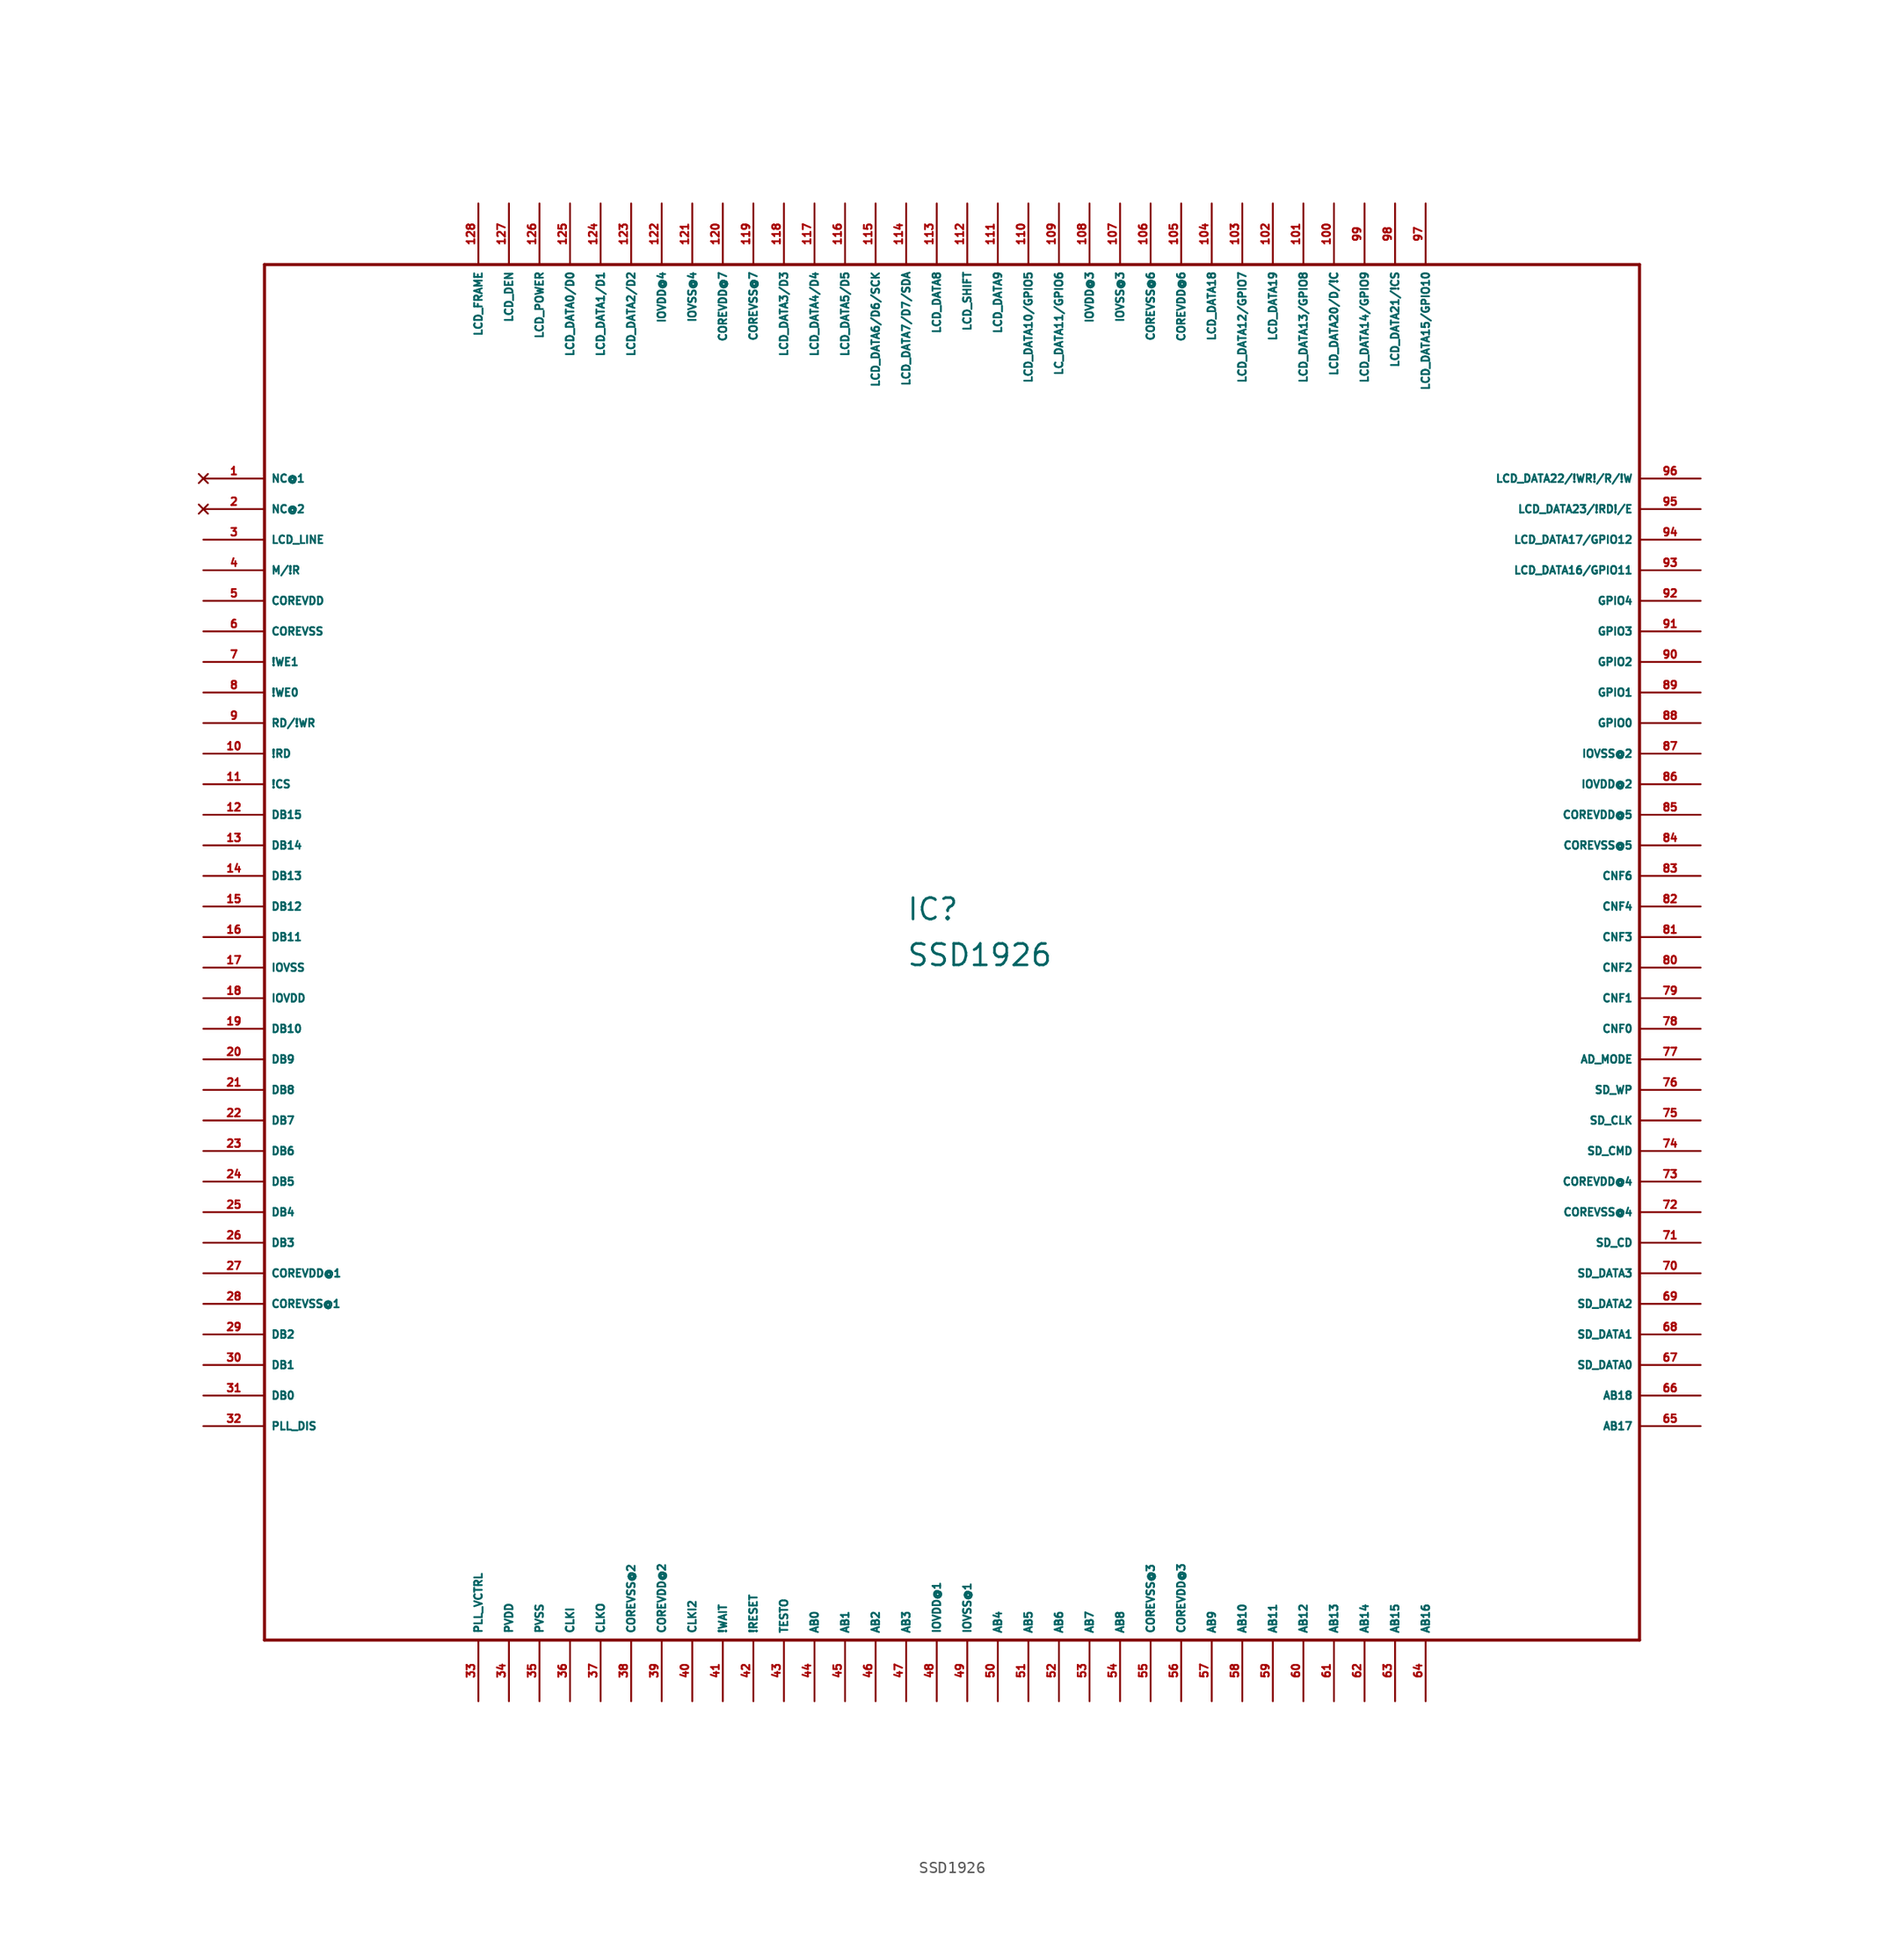
<source format=kicad_sym>
(kicad_symbol_lib
  (version 20220914)
  (generator Eagle2Kicad)
  (symbol "SSD1926"
    (property "Reference" "IC"
      (at -5.08 1.27 0)
      (effects (font (size 1.778 1.778) (thickness 0.22)) (justify left bottom)))
    (property "Value" "SSD1926"
      (at -5.08 -2.54 0)
      (effects (font (size 1.778 1.778) (thickness 0.22)) (justify left bottom)))
    (polyline
      (pts (xy -58.42 -58.42) (xy 55.88 -58.42))
      (stroke (width 0.254) (type default))
      (fill (type none)))
    (polyline
      (pts (xy 55.88 -58.42) (xy 55.88 55.88))
      (stroke (width 0.254) (type default))
      (fill (type none)))
    (polyline
      (pts (xy 55.88 55.88) (xy -58.42 55.88))
      (stroke (width 0.254) (type default))
      (fill (type none)))
    (polyline
      (pts (xy -58.42 55.88) (xy -58.42 -58.42))
      (stroke (width 0.254) (type default))
      (fill (type none)))
    (pin no_connect line
      (at -63.5 38.1 0)
      (length 5.08)
      (name "NC@1" (effects (font (size 0.635 0.635) (thickness 0.08)) (justify left bottom) hide))
      (number "1" (effects (font (size 0.635 0.635) (thickness 0.08)) (justify left bottom) hide)))
    (pin no_connect line
      (at -63.5 35.56 0)
      (length 5.08)
      (name "NC@2" (effects (font (size 0.635 0.635) (thickness 0.08)) (justify left bottom) hide))
      (number "2" (effects (font (size 0.635 0.635) (thickness 0.08)) (justify left bottom) hide)))
    (pin bidirectional line
      (at -63.5 33.02 0)
      (length 5.08)
      (name "LCD_LINE" (effects (font (size 0.635 0.635) (thickness 0.08)) (justify left bottom)))
      (number "3" (effects (font (size 0.635 0.635) (thickness 0.08)) (justify left bottom))))
    (pin bidirectional line
      (at -63.5 30.48 0)
      (length 5.08)
      (name "M/!R" (effects (font (size 0.635 0.635) (thickness 0.08)) (justify left bottom)))
      (number "4" (effects (font (size 0.635 0.635) (thickness 0.08)) (justify left bottom))))
    (pin unspecified line
      (at -63.5 27.94 0)
      (length 5.08)
      (name "COREVDD" (effects (font (size 0.635 0.635) (thickness 0.08)) (justify left bottom)))
      (number "5" (effects (font (size 0.635 0.635) (thickness 0.08)) (justify left bottom))))
    (pin unspecified line
      (at -63.5 25.4 0)
      (length 5.08)
      (name "COREVSS" (effects (font (size 0.635 0.635) (thickness 0.08)) (justify left bottom)))
      (number "6" (effects (font (size 0.635 0.635) (thickness 0.08)) (justify left bottom))))
    (pin bidirectional line
      (at -63.5 22.86 0)
      (length 5.08)
      (name "!WE1" (effects (font (size 0.635 0.635) (thickness 0.08)) (justify left bottom)))
      (number "7" (effects (font (size 0.635 0.635) (thickness 0.08)) (justify left bottom))))
    (pin bidirectional line
      (at -63.5 20.32 0)
      (length 5.08)
      (name "!WE0" (effects (font (size 0.635 0.635) (thickness 0.08)) (justify left bottom)))
      (number "8" (effects (font (size 0.635 0.635) (thickness 0.08)) (justify left bottom))))
    (pin bidirectional line
      (at -63.5 17.78 0)
      (length 5.08)
      (name "RD/!WR" (effects (font (size 0.635 0.635) (thickness 0.08)) (justify left bottom)))
      (number "9" (effects (font (size 0.635 0.635) (thickness 0.08)) (justify left bottom))))
    (pin bidirectional line
      (at -63.5 15.24 0)
      (length 5.08)
      (name "!RD" (effects (font (size 0.635 0.635) (thickness 0.08)) (justify left bottom)))
      (number "10" (effects (font (size 0.635 0.635) (thickness 0.08)) (justify left bottom))))
    (pin bidirectional line
      (at -63.5 12.7 0)
      (length 5.08)
      (name "!CS" (effects (font (size 0.635 0.635) (thickness 0.08)) (justify left bottom)))
      (number "11" (effects (font (size 0.635 0.635) (thickness 0.08)) (justify left bottom))))
    (pin bidirectional line
      (at -63.5 10.16 0)
      (length 5.08)
      (name "DB15" (effects (font (size 0.635 0.635) (thickness 0.08)) (justify left bottom)))
      (number "12" (effects (font (size 0.635 0.635) (thickness 0.08)) (justify left bottom))))
    (pin bidirectional line
      (at -63.5 7.62 0)
      (length 5.08)
      (name "DB14" (effects (font (size 0.635 0.635) (thickness 0.08)) (justify left bottom)))
      (number "13" (effects (font (size 0.635 0.635) (thickness 0.08)) (justify left bottom))))
    (pin bidirectional line
      (at -63.5 5.08 0)
      (length 5.08)
      (name "DB13" (effects (font (size 0.635 0.635) (thickness 0.08)) (justify left bottom)))
      (number "14" (effects (font (size 0.635 0.635) (thickness 0.08)) (justify left bottom))))
    (pin bidirectional line
      (at -63.5 2.54 0)
      (length 5.08)
      (name "DB12" (effects (font (size 0.635 0.635) (thickness 0.08)) (justify left bottom)))
      (number "15" (effects (font (size 0.635 0.635) (thickness 0.08)) (justify left bottom))))
    (pin bidirectional line
      (at -63.5 0 0)
      (length 5.08)
      (name "DB11" (effects (font (size 0.635 0.635) (thickness 0.08)) (justify left bottom)))
      (number "16" (effects (font (size 0.635 0.635) (thickness 0.08)) (justify left bottom))))
    (pin unspecified line
      (at -63.5 -2.54 0)
      (length 5.08)
      (name "IOVSS" (effects (font (size 0.635 0.635) (thickness 0.08)) (justify left bottom)))
      (number "17" (effects (font (size 0.635 0.635) (thickness 0.08)) (justify left bottom))))
    (pin unspecified line
      (at -63.5 -5.08 0)
      (length 5.08)
      (name "IOVDD" (effects (font (size 0.635 0.635) (thickness 0.08)) (justify left bottom)))
      (number "18" (effects (font (size 0.635 0.635) (thickness 0.08)) (justify left bottom))))
    (pin bidirectional line
      (at -63.5 -7.62 0)
      (length 5.08)
      (name "DB10" (effects (font (size 0.635 0.635) (thickness 0.08)) (justify left bottom)))
      (number "19" (effects (font (size 0.635 0.635) (thickness 0.08)) (justify left bottom))))
    (pin bidirectional line
      (at -63.5 -10.16 0)
      (length 5.08)
      (name "DB9" (effects (font (size 0.635 0.635) (thickness 0.08)) (justify left bottom)))
      (number "20" (effects (font (size 0.635 0.635) (thickness 0.08)) (justify left bottom))))
    (pin bidirectional line
      (at -63.5 -12.7 0)
      (length 5.08)
      (name "DB8" (effects (font (size 0.635 0.635) (thickness 0.08)) (justify left bottom)))
      (number "21" (effects (font (size 0.635 0.635) (thickness 0.08)) (justify left bottom))))
    (pin bidirectional line
      (at -63.5 -15.24 0)
      (length 5.08)
      (name "DB7" (effects (font (size 0.635 0.635) (thickness 0.08)) (justify left bottom)))
      (number "22" (effects (font (size 0.635 0.635) (thickness 0.08)) (justify left bottom))))
    (pin bidirectional line
      (at -63.5 -17.78 0)
      (length 5.08)
      (name "DB6" (effects (font (size 0.635 0.635) (thickness 0.08)) (justify left bottom)))
      (number "23" (effects (font (size 0.635 0.635) (thickness 0.08)) (justify left bottom))))
    (pin bidirectional line
      (at -63.5 -20.32 0)
      (length 5.08)
      (name "DB5" (effects (font (size 0.635 0.635) (thickness 0.08)) (justify left bottom)))
      (number "24" (effects (font (size 0.635 0.635) (thickness 0.08)) (justify left bottom))))
    (pin bidirectional line
      (at -63.5 -22.86 0)
      (length 5.08)
      (name "DB4" (effects (font (size 0.635 0.635) (thickness 0.08)) (justify left bottom)))
      (number "25" (effects (font (size 0.635 0.635) (thickness 0.08)) (justify left bottom))))
    (pin bidirectional line
      (at -63.5 -25.4 0)
      (length 5.08)
      (name "DB3" (effects (font (size 0.635 0.635) (thickness 0.08)) (justify left bottom)))
      (number "26" (effects (font (size 0.635 0.635) (thickness 0.08)) (justify left bottom))))
    (pin unspecified line
      (at -63.5 -27.94 0)
      (length 5.08)
      (name "COREVDD@1" (effects (font (size 0.635 0.635) (thickness 0.08)) (justify left bottom)))
      (number "27" (effects (font (size 0.635 0.635) (thickness 0.08)) (justify left bottom))))
    (pin unspecified line
      (at -63.5 -30.48 0)
      (length 5.08)
      (name "COREVSS@1" (effects (font (size 0.635 0.635) (thickness 0.08)) (justify left bottom)))
      (number "28" (effects (font (size 0.635 0.635) (thickness 0.08)) (justify left bottom))))
    (pin bidirectional line
      (at -63.5 -33.02 0)
      (length 5.08)
      (name "DB2" (effects (font (size 0.635 0.635) (thickness 0.08)) (justify left bottom)))
      (number "29" (effects (font (size 0.635 0.635) (thickness 0.08)) (justify left bottom))))
    (pin bidirectional line
      (at -63.5 -35.56 0)
      (length 5.08)
      (name "DB1" (effects (font (size 0.635 0.635) (thickness 0.08)) (justify left bottom)))
      (number "30" (effects (font (size 0.635 0.635) (thickness 0.08)) (justify left bottom))))
    (pin bidirectional line
      (at -63.5 -38.1 0)
      (length 5.08)
      (name "DB0" (effects (font (size 0.635 0.635) (thickness 0.08)) (justify left bottom)))
      (number "31" (effects (font (size 0.635 0.635) (thickness 0.08)) (justify left bottom))))
    (pin bidirectional line
      (at -63.5 -40.64 0)
      (length 5.08)
      (name "PLL_DIS" (effects (font (size 0.635 0.635) (thickness 0.08)) (justify left bottom)))
      (number "32" (effects (font (size 0.635 0.635) (thickness 0.08)) (justify left bottom))))
    (pin bidirectional line
      (at -40.64 -63.5 90)
      (length 5.08)
      (name "PLL_VCTRL" (effects (font (size 0.635 0.635) (thickness 0.08)) (justify left bottom)))
      (number "33" (effects (font (size 0.635 0.635) (thickness 0.08)) (justify left bottom))))
    (pin unspecified line
      (at -38.1 -63.5 90)
      (length 5.08)
      (name "PVDD" (effects (font (size 0.635 0.635) (thickness 0.08)) (justify left bottom)))
      (number "34" (effects (font (size 0.635 0.635) (thickness 0.08)) (justify left bottom))))
    (pin unspecified line
      (at -35.56 -63.5 90)
      (length 5.08)
      (name "PVSS" (effects (font (size 0.635 0.635) (thickness 0.08)) (justify left bottom)))
      (number "35" (effects (font (size 0.635 0.635) (thickness 0.08)) (justify left bottom))))
    (pin bidirectional line
      (at -33.02 -63.5 90)
      (length 5.08)
      (name "CLKI" (effects (font (size 0.635 0.635) (thickness 0.08)) (justify left bottom)))
      (number "36" (effects (font (size 0.635 0.635) (thickness 0.08)) (justify left bottom))))
    (pin bidirectional line
      (at -30.48 -63.5 90)
      (length 5.08)
      (name "CLKO" (effects (font (size 0.635 0.635) (thickness 0.08)) (justify left bottom)))
      (number "37" (effects (font (size 0.635 0.635) (thickness 0.08)) (justify left bottom))))
    (pin unspecified line
      (at -27.94 -63.5 90)
      (length 5.08)
      (name "COREVSS@2" (effects (font (size 0.635 0.635) (thickness 0.08)) (justify left bottom)))
      (number "38" (effects (font (size 0.635 0.635) (thickness 0.08)) (justify left bottom))))
    (pin unspecified line
      (at -25.4 -63.5 90)
      (length 5.08)
      (name "COREVDD@2" (effects (font (size 0.635 0.635) (thickness 0.08)) (justify left bottom)))
      (number "39" (effects (font (size 0.635 0.635) (thickness 0.08)) (justify left bottom))))
    (pin bidirectional line
      (at -22.86 -63.5 90)
      (length 5.08)
      (name "CLKI2" (effects (font (size 0.635 0.635) (thickness 0.08)) (justify left bottom)))
      (number "40" (effects (font (size 0.635 0.635) (thickness 0.08)) (justify left bottom))))
    (pin bidirectional line
      (at -20.32 -63.5 90)
      (length 5.08)
      (name "!WAIT" (effects (font (size 0.635 0.635) (thickness 0.08)) (justify left bottom)))
      (number "41" (effects (font (size 0.635 0.635) (thickness 0.08)) (justify left bottom))))
    (pin bidirectional line
      (at -17.78 -63.5 90)
      (length 5.08)
      (name "!RESET" (effects (font (size 0.635 0.635) (thickness 0.08)) (justify left bottom)))
      (number "42" (effects (font (size 0.635 0.635) (thickness 0.08)) (justify left bottom))))
    (pin bidirectional line
      (at -15.24 -63.5 90)
      (length 5.08)
      (name "TESTO" (effects (font (size 0.635 0.635) (thickness 0.08)) (justify left bottom)))
      (number "43" (effects (font (size 0.635 0.635) (thickness 0.08)) (justify left bottom))))
    (pin bidirectional line
      (at -12.7 -63.5 90)
      (length 5.08)
      (name "AB0" (effects (font (size 0.635 0.635) (thickness 0.08)) (justify left bottom)))
      (number "44" (effects (font (size 0.635 0.635) (thickness 0.08)) (justify left bottom))))
    (pin bidirectional line
      (at -10.16 -63.5 90)
      (length 5.08)
      (name "AB1" (effects (font (size 0.635 0.635) (thickness 0.08)) (justify left bottom)))
      (number "45" (effects (font (size 0.635 0.635) (thickness 0.08)) (justify left bottom))))
    (pin bidirectional line
      (at -7.62 -63.5 90)
      (length 5.08)
      (name "AB2" (effects (font (size 0.635 0.635) (thickness 0.08)) (justify left bottom)))
      (number "46" (effects (font (size 0.635 0.635) (thickness 0.08)) (justify left bottom))))
    (pin bidirectional line
      (at -5.08 -63.5 90)
      (length 5.08)
      (name "AB3" (effects (font (size 0.635 0.635) (thickness 0.08)) (justify left bottom)))
      (number "47" (effects (font (size 0.635 0.635) (thickness 0.08)) (justify left bottom))))
    (pin unspecified line
      (at -2.54 -63.5 90)
      (length 5.08)
      (name "IOVDD@1" (effects (font (size 0.635 0.635) (thickness 0.08)) (justify left bottom)))
      (number "48" (effects (font (size 0.635 0.635) (thickness 0.08)) (justify left bottom))))
    (pin unspecified line
      (at 0 -63.5 90)
      (length 5.08)
      (name "IOVSS@1" (effects (font (size 0.635 0.635) (thickness 0.08)) (justify left bottom)))
      (number "49" (effects (font (size 0.635 0.635) (thickness 0.08)) (justify left bottom))))
    (pin bidirectional line
      (at 2.54 -63.5 90)
      (length 5.08)
      (name "AB4" (effects (font (size 0.635 0.635) (thickness 0.08)) (justify left bottom)))
      (number "50" (effects (font (size 0.635 0.635) (thickness 0.08)) (justify left bottom))))
    (pin bidirectional line
      (at 5.08 -63.5 90)
      (length 5.08)
      (name "AB5" (effects (font (size 0.635 0.635) (thickness 0.08)) (justify left bottom)))
      (number "51" (effects (font (size 0.635 0.635) (thickness 0.08)) (justify left bottom))))
    (pin bidirectional line
      (at 7.62 -63.5 90)
      (length 5.08)
      (name "AB6" (effects (font (size 0.635 0.635) (thickness 0.08)) (justify left bottom)))
      (number "52" (effects (font (size 0.635 0.635) (thickness 0.08)) (justify left bottom))))
    (pin bidirectional line
      (at 10.16 -63.5 90)
      (length 5.08)
      (name "AB7" (effects (font (size 0.635 0.635) (thickness 0.08)) (justify left bottom)))
      (number "53" (effects (font (size 0.635 0.635) (thickness 0.08)) (justify left bottom))))
    (pin bidirectional line
      (at 12.7 -63.5 90)
      (length 5.08)
      (name "AB8" (effects (font (size 0.635 0.635) (thickness 0.08)) (justify left bottom)))
      (number "54" (effects (font (size 0.635 0.635) (thickness 0.08)) (justify left bottom))))
    (pin unspecified line
      (at 15.24 -63.5 90)
      (length 5.08)
      (name "COREVSS@3" (effects (font (size 0.635 0.635) (thickness 0.08)) (justify left bottom)))
      (number "55" (effects (font (size 0.635 0.635) (thickness 0.08)) (justify left bottom))))
    (pin unspecified line
      (at 17.78 -63.5 90)
      (length 5.08)
      (name "COREVDD@3" (effects (font (size 0.635 0.635) (thickness 0.08)) (justify left bottom)))
      (number "56" (effects (font (size 0.635 0.635) (thickness 0.08)) (justify left bottom))))
    (pin bidirectional line
      (at 20.32 -63.5 90)
      (length 5.08)
      (name "AB9" (effects (font (size 0.635 0.635) (thickness 0.08)) (justify left bottom)))
      (number "57" (effects (font (size 0.635 0.635) (thickness 0.08)) (justify left bottom))))
    (pin bidirectional line
      (at 22.86 -63.5 90)
      (length 5.08)
      (name "AB10" (effects (font (size 0.635 0.635) (thickness 0.08)) (justify left bottom)))
      (number "58" (effects (font (size 0.635 0.635) (thickness 0.08)) (justify left bottom))))
    (pin bidirectional line
      (at 25.4 -63.5 90)
      (length 5.08)
      (name "AB11" (effects (font (size 0.635 0.635) (thickness 0.08)) (justify left bottom)))
      (number "59" (effects (font (size 0.635 0.635) (thickness 0.08)) (justify left bottom))))
    (pin bidirectional line
      (at 27.94 -63.5 90)
      (length 5.08)
      (name "AB12" (effects (font (size 0.635 0.635) (thickness 0.08)) (justify left bottom)))
      (number "60" (effects (font (size 0.635 0.635) (thickness 0.08)) (justify left bottom))))
    (pin bidirectional line
      (at 30.48 -63.5 90)
      (length 5.08)
      (name "AB13" (effects (font (size 0.635 0.635) (thickness 0.08)) (justify left bottom)))
      (number "61" (effects (font (size 0.635 0.635) (thickness 0.08)) (justify left bottom))))
    (pin bidirectional line
      (at 33.02 -63.5 90)
      (length 5.08)
      (name "AB14" (effects (font (size 0.635 0.635) (thickness 0.08)) (justify left bottom)))
      (number "62" (effects (font (size 0.635 0.635) (thickness 0.08)) (justify left bottom))))
    (pin bidirectional line
      (at 35.56 -63.5 90)
      (length 5.08)
      (name "AB15" (effects (font (size 0.635 0.635) (thickness 0.08)) (justify left bottom)))
      (number "63" (effects (font (size 0.635 0.635) (thickness 0.08)) (justify left bottom))))
    (pin bidirectional line
      (at 38.1 -63.5 90)
      (length 5.08)
      (name "AB16" (effects (font (size 0.635 0.635) (thickness 0.08)) (justify left bottom)))
      (number "64" (effects (font (size 0.635 0.635) (thickness 0.08)) (justify left bottom))))
    (pin bidirectional line
      (at 60.96 -40.64 180)
      (length 5.08)
      (name "AB17" (effects (font (size 0.635 0.635) (thickness 0.08)) (justify left bottom)))
      (number "65" (effects (font (size 0.635 0.635) (thickness 0.08)) (justify left bottom))))
    (pin bidirectional line
      (at 60.96 -38.1 180)
      (length 5.08)
      (name "AB18" (effects (font (size 0.635 0.635) (thickness 0.08)) (justify left bottom)))
      (number "66" (effects (font (size 0.635 0.635) (thickness 0.08)) (justify left bottom))))
    (pin bidirectional line
      (at 60.96 -35.56 180)
      (length 5.08)
      (name "SD_DATA0" (effects (font (size 0.635 0.635) (thickness 0.08)) (justify left bottom)))
      (number "67" (effects (font (size 0.635 0.635) (thickness 0.08)) (justify left bottom))))
    (pin bidirectional line
      (at 60.96 -33.02 180)
      (length 5.08)
      (name "SD_DATA1" (effects (font (size 0.635 0.635) (thickness 0.08)) (justify left bottom)))
      (number "68" (effects (font (size 0.635 0.635) (thickness 0.08)) (justify left bottom))))
    (pin bidirectional line
      (at 60.96 -30.48 180)
      (length 5.08)
      (name "SD_DATA2" (effects (font (size 0.635 0.635) (thickness 0.08)) (justify left bottom)))
      (number "69" (effects (font (size 0.635 0.635) (thickness 0.08)) (justify left bottom))))
    (pin bidirectional line
      (at 60.96 -27.94 180)
      (length 5.08)
      (name "SD_DATA3" (effects (font (size 0.635 0.635) (thickness 0.08)) (justify left bottom)))
      (number "70" (effects (font (size 0.635 0.635) (thickness 0.08)) (justify left bottom))))
    (pin bidirectional line
      (at 60.96 -25.4 180)
      (length 5.08)
      (name "SD_CD" (effects (font (size 0.635 0.635) (thickness 0.08)) (justify left bottom)))
      (number "71" (effects (font (size 0.635 0.635) (thickness 0.08)) (justify left bottom))))
    (pin unspecified line
      (at 60.96 -22.86 180)
      (length 5.08)
      (name "COREVSS@4" (effects (font (size 0.635 0.635) (thickness 0.08)) (justify left bottom)))
      (number "72" (effects (font (size 0.635 0.635) (thickness 0.08)) (justify left bottom))))
    (pin unspecified line
      (at 60.96 -20.32 180)
      (length 5.08)
      (name "COREVDD@4" (effects (font (size 0.635 0.635) (thickness 0.08)) (justify left bottom)))
      (number "73" (effects (font (size 0.635 0.635) (thickness 0.08)) (justify left bottom))))
    (pin bidirectional line
      (at 60.96 -17.78 180)
      (length 5.08)
      (name "SD_CMD" (effects (font (size 0.635 0.635) (thickness 0.08)) (justify left bottom)))
      (number "74" (effects (font (size 0.635 0.635) (thickness 0.08)) (justify left bottom))))
    (pin bidirectional line
      (at 60.96 -15.24 180)
      (length 5.08)
      (name "SD_CLK" (effects (font (size 0.635 0.635) (thickness 0.08)) (justify left bottom)))
      (number "75" (effects (font (size 0.635 0.635) (thickness 0.08)) (justify left bottom))))
    (pin bidirectional line
      (at 60.96 -12.7 180)
      (length 5.08)
      (name "SD_WP" (effects (font (size 0.635 0.635) (thickness 0.08)) (justify left bottom)))
      (number "76" (effects (font (size 0.635 0.635) (thickness 0.08)) (justify left bottom))))
    (pin bidirectional line
      (at 60.96 -10.16 180)
      (length 5.08)
      (name "AD_MODE" (effects (font (size 0.635 0.635) (thickness 0.08)) (justify left bottom)))
      (number "77" (effects (font (size 0.635 0.635) (thickness 0.08)) (justify left bottom))))
    (pin bidirectional line
      (at 60.96 -7.62 180)
      (length 5.08)
      (name "CNF0" (effects (font (size 0.635 0.635) (thickness 0.08)) (justify left bottom)))
      (number "78" (effects (font (size 0.635 0.635) (thickness 0.08)) (justify left bottom))))
    (pin bidirectional line
      (at 60.96 -5.08 180)
      (length 5.08)
      (name "CNF1" (effects (font (size 0.635 0.635) (thickness 0.08)) (justify left bottom)))
      (number "79" (effects (font (size 0.635 0.635) (thickness 0.08)) (justify left bottom))))
    (pin bidirectional line
      (at 60.96 -2.54 180)
      (length 5.08)
      (name "CNF2" (effects (font (size 0.635 0.635) (thickness 0.08)) (justify left bottom)))
      (number "80" (effects (font (size 0.635 0.635) (thickness 0.08)) (justify left bottom))))
    (pin bidirectional line
      (at 60.96 0 180)
      (length 5.08)
      (name "CNF3" (effects (font (size 0.635 0.635) (thickness 0.08)) (justify left bottom)))
      (number "81" (effects (font (size 0.635 0.635) (thickness 0.08)) (justify left bottom))))
    (pin bidirectional line
      (at 60.96 2.54 180)
      (length 5.08)
      (name "CNF4" (effects (font (size 0.635 0.635) (thickness 0.08)) (justify left bottom)))
      (number "82" (effects (font (size 0.635 0.635) (thickness 0.08)) (justify left bottom))))
    (pin bidirectional line
      (at 60.96 5.08 180)
      (length 5.08)
      (name "CNF6" (effects (font (size 0.635 0.635) (thickness 0.08)) (justify left bottom)))
      (number "83" (effects (font (size 0.635 0.635) (thickness 0.08)) (justify left bottom))))
    (pin unspecified line
      (at 60.96 7.62 180)
      (length 5.08)
      (name "COREVSS@5" (effects (font (size 0.635 0.635) (thickness 0.08)) (justify left bottom)))
      (number "84" (effects (font (size 0.635 0.635) (thickness 0.08)) (justify left bottom))))
    (pin unspecified line
      (at 60.96 10.16 180)
      (length 5.08)
      (name "COREVDD@5" (effects (font (size 0.635 0.635) (thickness 0.08)) (justify left bottom)))
      (number "85" (effects (font (size 0.635 0.635) (thickness 0.08)) (justify left bottom))))
    (pin bidirectional line
      (at 60.96 12.7 180)
      (length 5.08)
      (name "IOVDD@2" (effects (font (size 0.635 0.635) (thickness 0.08)) (justify left bottom)))
      (number "86" (effects (font (size 0.635 0.635) (thickness 0.08)) (justify left bottom))))
    (pin bidirectional line
      (at 60.96 15.24 180)
      (length 5.08)
      (name "IOVSS@2" (effects (font (size 0.635 0.635) (thickness 0.08)) (justify left bottom)))
      (number "87" (effects (font (size 0.635 0.635) (thickness 0.08)) (justify left bottom))))
    (pin bidirectional line
      (at 60.96 17.78 180)
      (length 5.08)
      (name "GPIO0" (effects (font (size 0.635 0.635) (thickness 0.08)) (justify left bottom)))
      (number "88" (effects (font (size 0.635 0.635) (thickness 0.08)) (justify left bottom))))
    (pin bidirectional line
      (at 60.96 20.32 180)
      (length 5.08)
      (name "GPIO1" (effects (font (size 0.635 0.635) (thickness 0.08)) (justify left bottom)))
      (number "89" (effects (font (size 0.635 0.635) (thickness 0.08)) (justify left bottom))))
    (pin bidirectional line
      (at 60.96 22.86 180)
      (length 5.08)
      (name "GPIO2" (effects (font (size 0.635 0.635) (thickness 0.08)) (justify left bottom)))
      (number "90" (effects (font (size 0.635 0.635) (thickness 0.08)) (justify left bottom))))
    (pin bidirectional line
      (at 60.96 25.4 180)
      (length 5.08)
      (name "GPIO3" (effects (font (size 0.635 0.635) (thickness 0.08)) (justify left bottom)))
      (number "91" (effects (font (size 0.635 0.635) (thickness 0.08)) (justify left bottom))))
    (pin bidirectional line
      (at 60.96 27.94 180)
      (length 5.08)
      (name "GPIO4" (effects (font (size 0.635 0.635) (thickness 0.08)) (justify left bottom)))
      (number "92" (effects (font (size 0.635 0.635) (thickness 0.08)) (justify left bottom))))
    (pin bidirectional line
      (at 60.96 30.48 180)
      (length 5.08)
      (name "LCD_DATA16/GPIO11" (effects (font (size 0.635 0.635) (thickness 0.08)) (justify left bottom)))
      (number "93" (effects (font (size 0.635 0.635) (thickness 0.08)) (justify left bottom))))
    (pin bidirectional line
      (at 60.96 33.02 180)
      (length 5.08)
      (name "LCD_DATA17/GPIO12" (effects (font (size 0.635 0.635) (thickness 0.08)) (justify left bottom)))
      (number "94" (effects (font (size 0.635 0.635) (thickness 0.08)) (justify left bottom))))
    (pin bidirectional line
      (at 60.96 35.56 180)
      (length 5.08)
      (name "LCD_DATA23/!RD!/E" (effects (font (size 0.635 0.635) (thickness 0.08)) (justify left bottom)))
      (number "95" (effects (font (size 0.635 0.635) (thickness 0.08)) (justify left bottom))))
    (pin bidirectional line
      (at 60.96 38.1 180)
      (length 5.08)
      (name "LCD_DATA22/!WR!/R/!W" (effects (font (size 0.635 0.635) (thickness 0.08)) (justify left bottom)))
      (number "96" (effects (font (size 0.635 0.635) (thickness 0.08)) (justify left bottom))))
    (pin bidirectional line
      (at 38.1 60.96 270)
      (length 5.08)
      (name "LCD_DATA15/GPIO10" (effects (font (size 0.635 0.635) (thickness 0.08)) (justify left bottom)))
      (number "97" (effects (font (size 0.635 0.635) (thickness 0.08)) (justify left bottom))))
    (pin bidirectional line
      (at 35.56 60.96 270)
      (length 5.08)
      (name "LCD_DATA21/!CS" (effects (font (size 0.635 0.635) (thickness 0.08)) (justify left bottom)))
      (number "98" (effects (font (size 0.635 0.635) (thickness 0.08)) (justify left bottom))))
    (pin bidirectional line
      (at 33.02 60.96 270)
      (length 5.08)
      (name "LCD_DATA14/GPIO9" (effects (font (size 0.635 0.635) (thickness 0.08)) (justify left bottom)))
      (number "99" (effects (font (size 0.635 0.635) (thickness 0.08)) (justify left bottom))))
    (pin bidirectional line
      (at 30.48 60.96 270)
      (length 5.08)
      (name "LCD_DATA20/D/!C" (effects (font (size 0.635 0.635) (thickness 0.08)) (justify left bottom)))
      (number "100" (effects (font (size 0.635 0.635) (thickness 0.08)) (justify left bottom))))
    (pin bidirectional line
      (at 27.94 60.96 270)
      (length 5.08)
      (name "LCD_DATA13/GPIO8" (effects (font (size 0.635 0.635) (thickness 0.08)) (justify left bottom)))
      (number "101" (effects (font (size 0.635 0.635) (thickness 0.08)) (justify left bottom))))
    (pin bidirectional line
      (at 25.4 60.96 270)
      (length 5.08)
      (name "LCD_DATA19" (effects (font (size 0.635 0.635) (thickness 0.08)) (justify left bottom)))
      (number "102" (effects (font (size 0.635 0.635) (thickness 0.08)) (justify left bottom))))
    (pin bidirectional line
      (at 22.86 60.96 270)
      (length 5.08)
      (name "LCD_DATA12/GPIO7" (effects (font (size 0.635 0.635) (thickness 0.08)) (justify left bottom)))
      (number "103" (effects (font (size 0.635 0.635) (thickness 0.08)) (justify left bottom))))
    (pin bidirectional line
      (at 20.32 60.96 270)
      (length 5.08)
      (name "LCD_DATA18" (effects (font (size 0.635 0.635) (thickness 0.08)) (justify left bottom)))
      (number "104" (effects (font (size 0.635 0.635) (thickness 0.08)) (justify left bottom))))
    (pin unspecified line
      (at 17.78 60.96 270)
      (length 5.08)
      (name "COREVDD@6" (effects (font (size 0.635 0.635) (thickness 0.08)) (justify left bottom)))
      (number "105" (effects (font (size 0.635 0.635) (thickness 0.08)) (justify left bottom))))
    (pin unspecified line
      (at 15.24 60.96 270)
      (length 5.08)
      (name "COREVSS@6" (effects (font (size 0.635 0.635) (thickness 0.08)) (justify left bottom)))
      (number "106" (effects (font (size 0.635 0.635) (thickness 0.08)) (justify left bottom))))
    (pin unspecified line
      (at 12.7 60.96 270)
      (length 5.08)
      (name "IOVSS@3" (effects (font (size 0.635 0.635) (thickness 0.08)) (justify left bottom)))
      (number "107" (effects (font (size 0.635 0.635) (thickness 0.08)) (justify left bottom))))
    (pin unspecified line
      (at 10.16 60.96 270)
      (length 5.08)
      (name "IOVDD@3" (effects (font (size 0.635 0.635) (thickness 0.08)) (justify left bottom)))
      (number "108" (effects (font (size 0.635 0.635) (thickness 0.08)) (justify left bottom))))
    (pin bidirectional line
      (at 7.62 60.96 270)
      (length 5.08)
      (name "LC_DATA11/GPIO6" (effects (font (size 0.635 0.635) (thickness 0.08)) (justify left bottom)))
      (number "109" (effects (font (size 0.635 0.635) (thickness 0.08)) (justify left bottom))))
    (pin bidirectional line
      (at 5.08 60.96 270)
      (length 5.08)
      (name "LCD_DATA10/GPIO5" (effects (font (size 0.635 0.635) (thickness 0.08)) (justify left bottom)))
      (number "110" (effects (font (size 0.635 0.635) (thickness 0.08)) (justify left bottom))))
    (pin bidirectional line
      (at 2.54 60.96 270)
      (length 5.08)
      (name "LCD_DATA9" (effects (font (size 0.635 0.635) (thickness 0.08)) (justify left bottom)))
      (number "111" (effects (font (size 0.635 0.635) (thickness 0.08)) (justify left bottom))))
    (pin bidirectional line
      (at 0 60.96 270)
      (length 5.08)
      (name "LCD_SHIFT" (effects (font (size 0.635 0.635) (thickness 0.08)) (justify left bottom)))
      (number "112" (effects (font (size 0.635 0.635) (thickness 0.08)) (justify left bottom))))
    (pin bidirectional line
      (at -2.54 60.96 270)
      (length 5.08)
      (name "LCD_DATA8" (effects (font (size 0.635 0.635) (thickness 0.08)) (justify left bottom)))
      (number "113" (effects (font (size 0.635 0.635) (thickness 0.08)) (justify left bottom))))
    (pin bidirectional line
      (at -5.08 60.96 270)
      (length 5.08)
      (name "LCD_DATA7/D7/SDA" (effects (font (size 0.635 0.635) (thickness 0.08)) (justify left bottom)))
      (number "114" (effects (font (size 0.635 0.635) (thickness 0.08)) (justify left bottom))))
    (pin bidirectional line
      (at -7.62 60.96 270)
      (length 5.08)
      (name "LCD_DATA6/D6/SCK" (effects (font (size 0.635 0.635) (thickness 0.08)) (justify left bottom)))
      (number "115" (effects (font (size 0.635 0.635) (thickness 0.08)) (justify left bottom))))
    (pin bidirectional line
      (at -10.16 60.96 270)
      (length 5.08)
      (name "LCD_DATA5/D5" (effects (font (size 0.635 0.635) (thickness 0.08)) (justify left bottom)))
      (number "116" (effects (font (size 0.635 0.635) (thickness 0.08)) (justify left bottom))))
    (pin bidirectional line
      (at -12.7 60.96 270)
      (length 5.08)
      (name "LCD_DATA4/D4" (effects (font (size 0.635 0.635) (thickness 0.08)) (justify left bottom)))
      (number "117" (effects (font (size 0.635 0.635) (thickness 0.08)) (justify left bottom))))
    (pin bidirectional line
      (at -15.24 60.96 270)
      (length 5.08)
      (name "LCD_DATA3/D3" (effects (font (size 0.635 0.635) (thickness 0.08)) (justify left bottom)))
      (number "118" (effects (font (size 0.635 0.635) (thickness 0.08)) (justify left bottom))))
    (pin unspecified line
      (at -17.78 60.96 270)
      (length 5.08)
      (name "COREVSS@7" (effects (font (size 0.635 0.635) (thickness 0.08)) (justify left bottom)))
      (number "119" (effects (font (size 0.635 0.635) (thickness 0.08)) (justify left bottom))))
    (pin unspecified line
      (at -20.32 60.96 270)
      (length 5.08)
      (name "COREVDD@7" (effects (font (size 0.635 0.635) (thickness 0.08)) (justify left bottom)))
      (number "120" (effects (font (size 0.635 0.635) (thickness 0.08)) (justify left bottom))))
    (pin unspecified line
      (at -22.86 60.96 270)
      (length 5.08)
      (name "IOVSS@4" (effects (font (size 0.635 0.635) (thickness 0.08)) (justify left bottom)))
      (number "121" (effects (font (size 0.635 0.635) (thickness 0.08)) (justify left bottom))))
    (pin unspecified line
      (at -25.4 60.96 270)
      (length 5.08)
      (name "IOVDD@4" (effects (font (size 0.635 0.635) (thickness 0.08)) (justify left bottom)))
      (number "122" (effects (font (size 0.635 0.635) (thickness 0.08)) (justify left bottom))))
    (pin bidirectional line
      (at -27.94 60.96 270)
      (length 5.08)
      (name "LCD_DATA2/D2" (effects (font (size 0.635 0.635) (thickness 0.08)) (justify left bottom)))
      (number "123" (effects (font (size 0.635 0.635) (thickness 0.08)) (justify left bottom))))
    (pin bidirectional line
      (at -30.48 60.96 270)
      (length 5.08)
      (name "LCD_DATA1/D1" (effects (font (size 0.635 0.635) (thickness 0.08)) (justify left bottom)))
      (number "124" (effects (font (size 0.635 0.635) (thickness 0.08)) (justify left bottom))))
    (pin bidirectional line
      (at -33.02 60.96 270)
      (length 5.08)
      (name "LCD_DATA0/D0" (effects (font (size 0.635 0.635) (thickness 0.08)) (justify left bottom)))
      (number "125" (effects (font (size 0.635 0.635) (thickness 0.08)) (justify left bottom))))
    (pin bidirectional line
      (at -35.56 60.96 270)
      (length 5.08)
      (name "LCD_POWER" (effects (font (size 0.635 0.635) (thickness 0.08)) (justify left bottom)))
      (number "126" (effects (font (size 0.635 0.635) (thickness 0.08)) (justify left bottom))))
    (pin bidirectional line
      (at -38.1 60.96 270)
      (length 5.08)
      (name "LCD_DEN" (effects (font (size 0.635 0.635) (thickness 0.08)) (justify left bottom)))
      (number "127" (effects (font (size 0.635 0.635) (thickness 0.08)) (justify left bottom))))
    (pin bidirectional line
      (at -40.64 60.96 270)
      (length 5.08)
      (name "LCD_FRAME" (effects (font (size 0.635 0.635) (thickness 0.08)) (justify left bottom)))
      (number "128" (effects (font (size 0.635 0.635) (thickness 0.08)) (justify left bottom))))))
</source>
